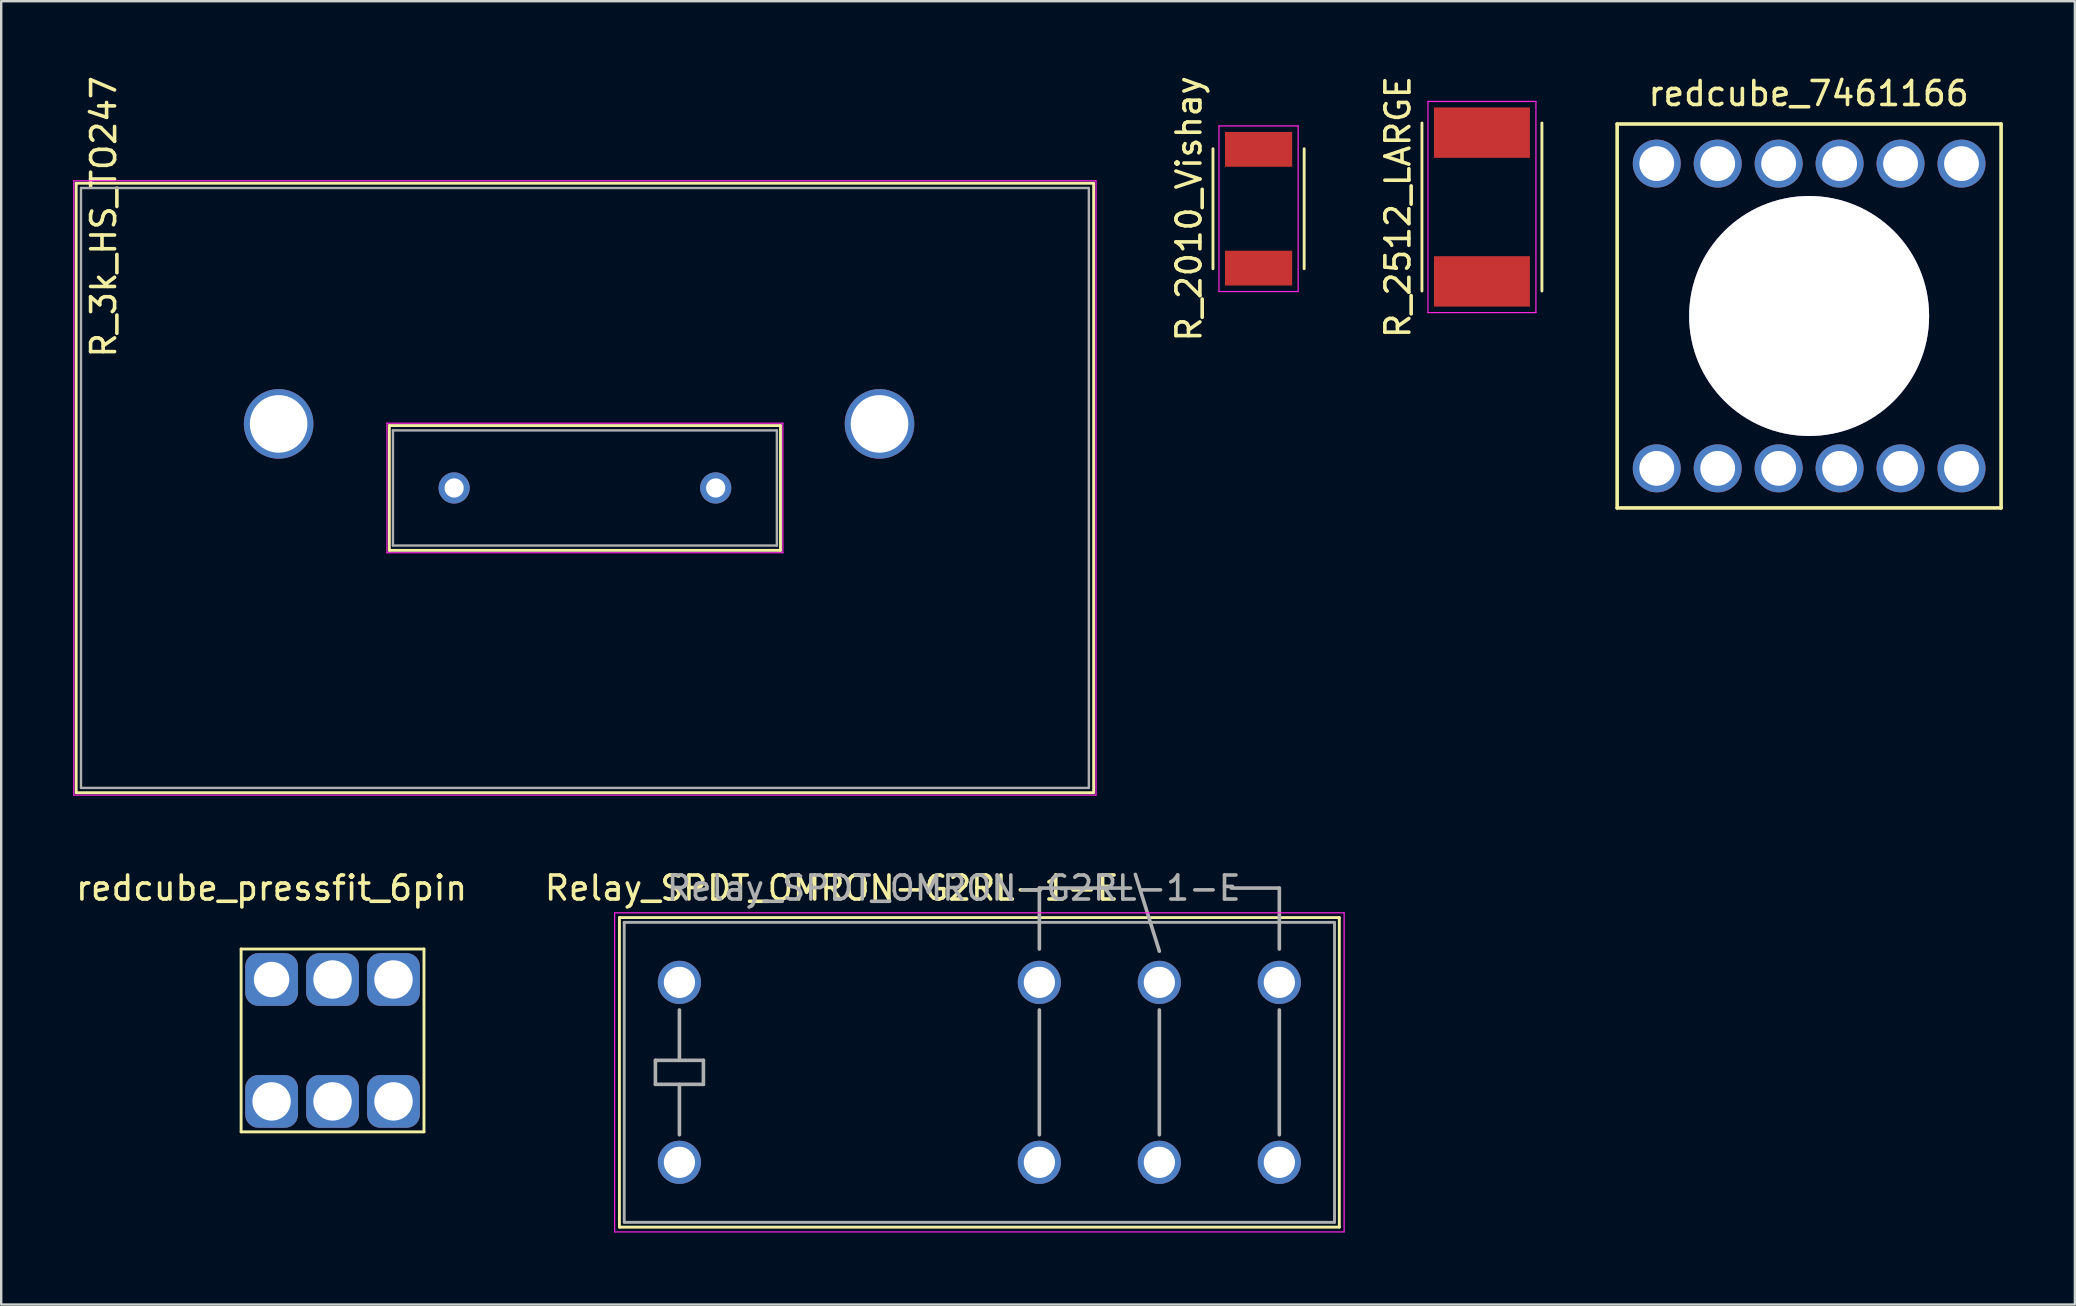
<source format=kicad_pcb>
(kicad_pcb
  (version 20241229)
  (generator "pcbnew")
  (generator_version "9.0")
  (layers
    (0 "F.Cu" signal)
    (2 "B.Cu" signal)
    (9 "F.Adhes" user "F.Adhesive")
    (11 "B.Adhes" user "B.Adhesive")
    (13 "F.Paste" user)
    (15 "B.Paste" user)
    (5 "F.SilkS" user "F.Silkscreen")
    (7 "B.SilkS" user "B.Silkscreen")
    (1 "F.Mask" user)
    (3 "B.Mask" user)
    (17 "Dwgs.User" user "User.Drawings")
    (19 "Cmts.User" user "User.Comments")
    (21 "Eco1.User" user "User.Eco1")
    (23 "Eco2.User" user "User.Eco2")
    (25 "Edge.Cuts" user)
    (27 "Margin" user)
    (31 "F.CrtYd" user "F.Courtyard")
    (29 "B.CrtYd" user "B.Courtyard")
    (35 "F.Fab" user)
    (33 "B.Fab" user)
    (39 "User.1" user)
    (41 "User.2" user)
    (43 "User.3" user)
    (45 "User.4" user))
  (footprint "R_2010_Vishay"
    (layer "F.Cu")
    (at 49.398 5.649)
    (property "Reference" "R_2010_Vishay" (at -2.9 0 90) (layer "F.SilkS") (effects (font (size 1 1) (thickness 0.15))))
    (attr smd)
    (fp_line (start -1.9 2.5) (end -1.9 -2.5) (stroke (width 0.12) (type solid)) (layer "F.SilkS"))
    (fp_line (start 1.9 -2.5) (end 1.9 2.5) (stroke (width 0.12) (type solid)) (layer "F.SilkS"))
    (fp_line (start -1.65 -3.45) (end 1.65 -3.45) (stroke (width 0.05) (type solid)) (layer "F.CrtYd"))
    (fp_line (start -1.65 3.45) (end -1.65 -3.45) (stroke (width 0.05) (type solid)) (layer "F.CrtYd"))
    (fp_line (start 1.65 -3.45) (end 1.65 3.45) (stroke (width 0.05) (type solid)) (layer "F.CrtYd"))
    (fp_line (start 1.65 3.45) (end -1.65 3.45) (stroke (width 0.05) (type solid)) (layer "F.CrtYd"))
    (pad "1" smd rect (at 0 2.475) (size 2.8 1.45) (layers "F.Cu" "F.Mask" "F.Paste"))
    (pad "2" smd rect (at 0 -2.475) (size 2.8 1.45) (layers "F.Cu" "F.Mask" "F.Paste")))
  (footprint "Relay_SPDT_OMRON-G2RL-1-E"
    (layer "F.Cu")
    (at 25.263 45.388)
    (property "Reference" "Relay_SPDT_OMRON-G2RL-1-E" (at 6.35 -11.43 0) (layer "F.SilkS") (effects (font (size 1 1) (thickness 0.15))))
    (attr through_hole)
    (fp_line (start -2.5 -10.2) (end -2.5 2.7) (stroke (width 0.12) (type solid)) (layer "F.SilkS"))
    (fp_line (start -2.5 -10.2) (end 27.5 -10.2) (stroke (width 0.12) (type solid)) (layer "F.SilkS"))
    (fp_line (start -2.5 2.7) (end 27.5 2.7) (stroke (width 0.12) (type solid)) (layer "F.SilkS"))
    (fp_line (start 27.5 -10.2) (end 27.5 2.7) (stroke (width 0.12) (type solid)) (layer "F.SilkS"))
    (fp_line (start -2.7 -10.4) (end -2.7 2.9) (stroke (width 0.05) (type solid)) (layer "F.CrtYd"))
    (fp_line (start -2.7 -10.4) (end 27.7 -10.4) (stroke (width 0.05) (type solid)) (layer "F.CrtYd"))
    (fp_line (start -2.7 2.9) (end 27.7 2.9) (stroke (width 0.05) (type solid)) (layer "F.CrtYd"))
    (fp_line (start 27.7 -10.4) (end 27.7 2.9) (stroke (width 0.05) (type solid)) (layer "F.CrtYd"))
    (fp_line (start -2.3 -10) (end -2.3 2.5) (stroke (width 0.12) (type solid)) (layer "F.Fab"))
    (fp_line (start -2.3 -10) (end 27.3 -10) (stroke (width 0.12) (type solid)) (layer "F.Fab"))
    (fp_line (start -2.3 2.5) (end 27.3 2.5) (stroke (width 0.12) (type solid)) (layer "F.Fab"))
    (fp_line (start -1 -4.25) (end -1 -3.25) (stroke (width 0.15) (type solid)) (layer "F.Fab"))
    (fp_line (start -1 -4.25) (end 1 -4.25) (stroke (width 0.15) (type solid)) (layer "F.Fab"))
    (fp_line (start -1 -3.25) (end 1 -3.25) (stroke (width 0.15) (type solid)) (layer "F.Fab"))
    (fp_line (start 0 -6.35) (end 0 -4.25) (stroke (width 0.15) (type solid)) (layer "F.Fab"))
    (fp_line (start 0 -3.25) (end 0 -1.15) (stroke (width 0.15) (type solid)) (layer "F.Fab"))
    (fp_line (start 1 -4.25) (end 1 -3.25) (stroke (width 0.15) (type solid)) (layer "F.Fab"))
    (fp_line (start 15 -11.43) (end 18.8 -11.43) (stroke (width 0.15) (type solid)) (layer "F.Fab"))
    (fp_line (start 15 -8.89) (end 15 -11.43) (stroke (width 0.15) (type solid)) (layer "F.Fab"))
    (fp_line (start 15 -6.35) (end 15 -1.15) (stroke (width 0.15) (type solid)) (layer "F.Fab"))
    (fp_line (start 20 -8.8) (end 19 -12) (stroke (width 0.15) (type solid)) (layer "F.Fab"))
    (fp_line (start 20 -6.35) (end 20 -1.15) (stroke (width 0.15) (type solid)) (layer "F.Fab"))
    (fp_line (start 23 -11.43) (end 25 -11.43) (stroke (width 0.15) (type solid)) (layer "F.Fab"))
    (fp_line (start 25 -8.89) (end 25 -11.43) (stroke (width 0.15) (type solid)) (layer "F.Fab"))
    (fp_line (start 25 -6.35) (end 25 -1.15) (stroke (width 0.15) (type solid)) (layer "F.Fab"))
    (fp_line (start 27.3 2.5) (end 27.3 -10) (stroke (width 0.12) (type solid)) (layer "F.Fab"))
    (fp_text user "${REFERENCE}" (at 11.43 -11.43 0) (layer "F.Fab") (effects (font (size 1 1) (thickness 0.15))))
    (pad "1" thru_hole circle (at 0 -7.5) (size 1.8 1.8) (drill 1.3) (layers "*.Cu" "*.Mask"))
    (pad "2" thru_hole circle (at 15 -7.5) (size 1.8 1.8) (drill 1.3) (layers "*.Cu" "*.Mask"))
    (pad "3" thru_hole circle (at 20 -7.5) (size 1.8 1.8) (drill 1.3) (layers "*.Cu" "*.Mask"))
    (pad "4" thru_hole circle (at 25 -7.5) (size 1.8 1.8) (drill 1.3) (layers "*.Cu" "*.Mask"))
    (pad "5" thru_hole circle (at 25 0) (size 1.8 1.8) (drill 1.3) (layers "*.Cu" "*.Mask"))
    (pad "6" thru_hole circle (at 20 0) (size 1.8 1.8) (drill 1.3) (layers "*.Cu" "*.Mask"))
    (pad "7" thru_hole circle (at 15 0) (size 1.8 1.8) (drill 1.3) (layers "*.Cu" "*.Mask"))
    (pad "8" thru_hole circle (at 0 0) (size 1.8 1.8) (drill 1.3) (layers "*.Cu" "*.Mask")))
  (footprint "R_3k_HS_TO247"
    (layer "F.Cu")
    (at 15.875 17.285)
    (property "Reference" "R_3k_HS_TO247" (at -14.605 -11.303 90) (layer "F.SilkS") (effects (font (size 1 1) (thickness 0.15))))
    (attr through_hole)
    (fp_line (start -15.75 -12.7) (end 26.65 -12.7) (stroke (width 0.12) (type solid)) (layer "F.SilkS"))
    (fp_line (start -15.75 12.7) (end -15.75 -12.7) (stroke (width 0.12) (type solid)) (layer "F.SilkS"))
    (fp_line (start -15.75 12.7) (end 26.65 12.7) (stroke (width 0.12) (type solid)) (layer "F.SilkS"))
    (fp_line (start -2.7 -2.6) (end -2.7 2.6) (stroke (width 0.12) (type solid)) (layer "F.SilkS"))
    (fp_line (start -2.7 -2.6) (end 13.6 -2.6) (stroke (width 0.12) (type solid)) (layer "F.SilkS"))
    (fp_line (start -2.7 2.6) (end 13.6 2.6) (stroke (width 0.12) (type solid)) (layer "F.SilkS"))
    (fp_line (start 13.6 -2.6) (end 13.6 2.6) (stroke (width 0.12) (type solid)) (layer "F.SilkS"))
    (fp_line (start 26.65 12.7) (end 26.65 -12.7) (stroke (width 0.12) (type solid)) (layer "F.SilkS"))
    (fp_line (start -15.85 -12.8) (end -15.85 12.8) (stroke (width 0.05) (type solid)) (layer "F.CrtYd"))
    (fp_line (start -15.85 -12.8) (end 26.75 -12.8) (stroke (width 0.05) (type solid)) (layer "F.CrtYd"))
    (fp_line (start -15.85 12.8) (end 26.75 12.8) (stroke (width 0.05) (type solid)) (layer "F.CrtYd"))
    (fp_line (start -2.8 -2.7) (end -2.8 2.7) (stroke (width 0.05) (type solid)) (layer "F.CrtYd"))
    (fp_line (start -2.8 -2.7) (end 13.7 -2.7) (stroke (width 0.05) (type solid)) (layer "F.CrtYd"))
    (fp_line (start 13.7 2.7) (end -2.8 2.7) (stroke (width 0.05) (type solid)) (layer "F.CrtYd"))
    (fp_line (start 13.7 2.7) (end 13.7 -2.7) (stroke (width 0.05) (type solid)) (layer "F.CrtYd"))
    (fp_line (start 26.75 12.8) (end 26.75 -12.8) (stroke (width 0.05) (type solid)) (layer "F.CrtYd"))
    (fp_line (start -15.55 -12.5) (end 26.45 -12.5) (stroke (width 0.1) (type solid)) (layer "F.Fab"))
    (fp_line (start -15.55 12.5) (end -15.55 -12.5) (stroke (width 0.1) (type solid)) (layer "F.Fab"))
    (fp_line (start -15.55 12.5) (end 26.45 12.5) (stroke (width 0.1) (type solid)) (layer "F.Fab"))
    (fp_line (start -2.55 -2.4) (end 13.45 -2.4) (stroke (width 0.1) (type solid)) (layer "F.Fab"))
    (fp_line (start -2.55 2.4) (end -2.55 -2.4) (stroke (width 0.1) (type solid)) (layer "F.Fab"))
    (fp_line (start -2.55 2.4) (end 13.45 2.4) (stroke (width 0.1) (type solid)) (layer "F.Fab"))
    (fp_line (start 13.45 2.4) (end 13.45 -2.4) (stroke (width 0.1) (type solid)) (layer "F.Fab"))
    (fp_line (start 26.45 12.5) (end 26.45 -12.5) (stroke (width 0.1) (type solid)) (layer "F.Fab"))
    (pad "1" thru_hole circle (at 0 0) (size 1.3 1.3) (drill 0.8) (layers "*.Cu" "*.Mask"))
    (pad "2" thru_hole circle (at 10.9 0) (size 1.3 1.3) (drill 0.8) (layers "*.Cu" "*.Mask"))
    (pad "4" thru_hole circle (at -7.313 -2.67) (size 2.9 2.9) (drill 2.4) (layers "*.Cu" "*.Mask"))
    (pad "5" thru_hole circle (at 17.727 -2.67) (size 2.9 2.9) (drill 2.4) (layers "*.Cu" "*.Mask")))
  (footprint "redcube_7461166"
    (layer "F.Cu")
    (at 72.341 10.118)
    (property "Reference" "redcube_7461166" (at -0.02 -9.27 0) (layer "F.SilkS") (effects (font (size 1 1) (thickness 0.15))))
    (attr through_hole)
    (fp_line (start -8 -8) (end 8 -8) (stroke (width 0.15) (type solid)) (layer "F.SilkS"))
    (fp_line (start -8 8) (end -8 -8) (stroke (width 0.15) (type solid)) (layer "F.SilkS"))
    (fp_line (start 8 -8) (end 8 8) (stroke (width 0.15) (type solid)) (layer "F.SilkS"))
    (fp_line (start 8 8) (end -8 8) (stroke (width 0.15) (type solid)) (layer "F.SilkS"))
    (pad "1" thru_hole circle (at -6.35 -6.35) (size 2 2) (drill 1.45) (layers "*.Cu" "*.Mask"))
    (pad "1" thru_hole circle (at -6.35 6.35) (size 2 2) (drill 1.45) (layers "*.Cu" "*.Mask"))
    (pad "1" thru_hole circle (at -3.81 -6.35) (size 2 2) (drill 1.45) (layers "*.Cu" "*.Mask"))
    (pad "1" thru_hole circle (at -3.81 6.35) (size 2 2) (drill 1.45) (layers "*.Cu" "*.Mask"))
    (pad "1" thru_hole circle (at -1.27 -6.35) (size 2 2) (drill 1.45) (layers "*.Cu" "*.Mask"))
    (pad "1" thru_hole circle (at -1.27 6.35) (size 2 2) (drill 1.45) (layers "*.Cu" "*.Mask"))
    (pad "1" thru_hole circle (at 0 0) (size 10 10) (drill 10) (layers "*.Cu" "*.Mask"))
    (pad "1" thru_hole circle (at 1.27 -6.35) (size 2 2) (drill 1.45) (layers "*.Cu" "*.Mask"))
    (pad "1" thru_hole circle (at 1.27 6.35) (size 2 2) (drill 1.45) (layers "*.Cu" "*.Mask"))
    (pad "1" thru_hole circle (at 3.81 -6.35 90) (size 2 2) (drill 1.45) (layers "*.Cu" "*.Mask"))
    (pad "1" thru_hole circle (at 3.81 6.35) (size 2 2) (drill 1.45) (layers "*.Cu" "*.Mask"))
    (pad "1" thru_hole circle (at 6.35 -6.35) (size 2 2) (drill 1.45) (layers "*.Cu" "*.Mask"))
    (pad "1" thru_hole circle (at 6.35 6.35) (size 2 2) (drill 1.45) (layers "*.Cu" "*.Mask")))
  (footprint "redcube_pressfit_6pin"
    (layer "F.Cu")
    (at 10.808 40.308)
    (property "Reference" "redcube_pressfit_6pin" (at -2.54 -6.35 0) (layer "F.SilkS") (effects (font (size 1 1) (thickness 0.15))))
    (attr through_hole)
    (fp_line (start -3.81 -3.81) (end 3.81 -3.81) (stroke (width 0.12) (type solid)) (layer "F.SilkS"))
    (fp_line (start -3.81 3.81) (end -3.81 -3.81) (stroke (width 0.12) (type solid)) (layer "F.SilkS"))
    (fp_line (start 3.81 -3.81) (end 3.81 3.81) (stroke (width 0.12) (type solid)) (layer "F.SilkS"))
    (fp_line (start 3.81 3.81) (end -3.81 3.81) (stroke (width 0.12) (type solid)) (layer "F.SilkS"))
    (pad "1" thru_hole roundrect (at -2.54 -2.54) (size 2.2 2.2) (drill 1.475) (layers "*.Cu" "*.Mask") (roundrect_rratio 0.25))
    (pad "1" thru_hole roundrect (at -2.54 2.54) (size 2.2 2.2) (drill 1.6) (layers "*.Cu" "*.Mask") (roundrect_rratio 0.25))
    (pad "1" thru_hole roundrect (at 0 -2.54) (size 2.2 2.2) (drill 1.6) (layers "*.Cu" "*.Mask") (roundrect_rratio 0.25))
    (pad "1" thru_hole roundrect (at 0 2.54) (size 2.2 2.2) (drill 1.6) (layers "*.Cu" "*.Mask") (roundrect_rratio 0.25))
    (pad "1" thru_hole roundrect (at 2.54 -2.54) (size 2.2 2.2) (drill 1.6) (layers "*.Cu" "*.Mask") (roundrect_rratio 0.25))
    (pad "1" thru_hole roundrect (at 2.54 2.54) (size 2.2 2.2) (drill 1.6) (layers "*.Cu" "*.Mask") (roundrect_rratio 0.25)))
  (footprint "R_2512_LARGE"
    (layer "F.Cu")
    (at 58.706 5.577)
    (property "Reference" "R_2512_LARGE" (at -3.5 0 90) (layer "F.SilkS") (effects (font (size 1 1) (thickness 0.15))))
    (attr smd)
    (fp_line (start -2.5 3.5) (end -2.5 -3.5) (stroke (width 0.12) (type solid)) (layer "F.SilkS"))
    (fp_line (start 2.5 -3.5) (end 2.5 3.5) (stroke (width 0.12) (type solid)) (layer "F.SilkS"))
    (fp_line (start -2.25 -4.4) (end 2.25 -4.4) (stroke (width 0.05) (type solid)) (layer "F.CrtYd"))
    (fp_line (start -2.25 4.4) (end -2.25 -4.4) (stroke (width 0.05) (type solid)) (layer "F.CrtYd"))
    (fp_line (start 2.25 -4.4) (end 2.25 4.4) (stroke (width 0.05) (type solid)) (layer "F.CrtYd"))
    (fp_line (start 2.25 4.4) (end -2.25 4.4) (stroke (width 0.05) (type solid)) (layer "F.CrtYd"))
    (pad "1" smd rect (at 0 3.1) (size 4 2.1) (layers "F.Cu" "F.Mask" "F.Paste"))
    (pad "2" smd rect (at 0 -3.1) (size 4 2.1) (layers "F.Cu" "F.Mask" "F.Paste")))
  (gr_rect
    (start -3 -3)
    (end 83.416 51.313)
    (stroke (width 0.1) (type default))
    (fill no)
    (layer "Edge.Cuts")))
</source>
